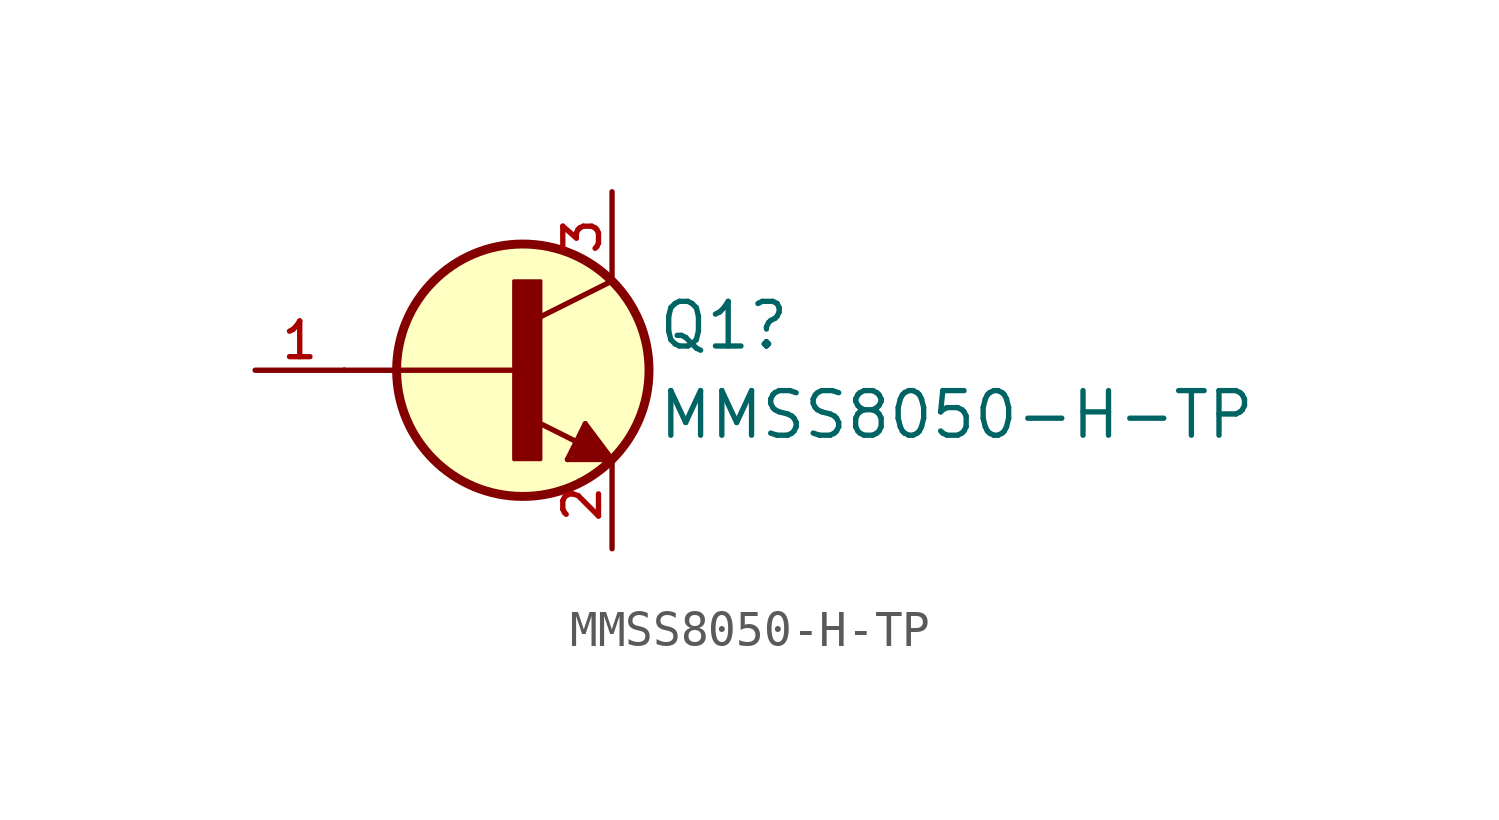
<source format=kicad_sym>
(kicad_symbol_lib
  (version 20241209)
  (generator "kicad_symbol_editor")
  (generator_version "9.0")
  (symbol "MMSS8050-H-TP"
    (pin_names
      (offset 1.016))
    (property "Reference" "Q1"
      (at 3.81 1.27 0)
      (effects (font (size 1.27 1.27)) (justify left)))
    (property "Value" "MMSS8050-H-TP"
      (at 3.81 -1.27 0)
      (effects (font (size 1.27 1.27)) (justify left)))
    (property "Purpose" ""
      (at 0 0 0)
      (effects (font (size 1.27 1.27))))
    (symbol "MMSS8050-H-TP_0_0"
      (rectangle (start -0.254 -2.54) (end 0.508 2.54) (stroke (width 0.1) (type default)) (fill (type outline)))
      (polyline (pts (xy 1.27 -2.54) (xy 1.778 -1.524)) (stroke (width 0.152) (type default)) (fill (type none)))
      (polyline (pts (xy 1.524 -2.286) (xy 1.905 -2.286)) (stroke (width 0.254) (type default)) (fill (type none)))
      (polyline (pts (xy 1.524 -2.413) (xy 2.286 -2.413)) (stroke (width 0.254) (type default)) (fill (type none)))
      (polyline (pts (xy 1.54 -2.04) (xy 0.308 -1.424)) (stroke (width 0.152) (type default)) (fill (type none)))
      (polyline (pts (xy 1.778 -1.524) (xy 2.54 -2.54)) (stroke (width 0.152) (type default)) (fill (type none)))
      (polyline (pts (xy 1.778 -1.778) (xy 1.524 -2.286)) (stroke (width 0.254) (type default)) (fill (type none)))
      (polyline (pts (xy 1.905 -2.286) (xy 1.778 -2.032)) (stroke (width 0.254) (type default)) (fill (type none)))
      (polyline (pts (xy 2.286 -2.413) (xy 1.778 -1.778)) (stroke (width 0.254) (type default)) (fill (type none)))
      (polyline (pts (xy 2.54 2.54) (xy 0.508 1.524)) (stroke (width 0.152) (type default)) (fill (type none)))
      (polyline (pts (xy 2.54 -2.54) (xy 1.27 -2.54)) (stroke (width 0.152) (type default)) (fill (type none)))
      (pin passive line (at -7.62 0 0) (length 2.54) (name "~" (effects (font (size 1.016 1.016)))) (number "1" (effects (font (size 1.016 1.016)))))
      (pin passive line (at 2.54 5.08 270) (length 2.54) (name "~" (effects (font (size 1.016 1.016)))) (number "3" (effects (font (size 1.016 1.016)))))
      (pin passive line (at 2.54 -5.08 90) (length 2.54) (name "~" (effects (font (size 1.016 1.016)))) (number "2" (effects (font (size 1.016 1.016))))))
    (symbol "MMSS8050-H-TP_0_1"
      (polyline (pts (xy -5.08 0) (xy -5.08 0)) (stroke (width 0) (type default)) (fill (type none)))
      (polyline (pts (xy -5.08 0) (xy 0 0)) (stroke (width 0) (type default)) (fill (type none))))
    (symbol "MMSS8050-H-TP_1_1"
      (circle (center 0 0) (radius 3.592) (stroke (width 0.254) (type solid)) (fill (type color) (color 255 255 194 1))))))
</source>
